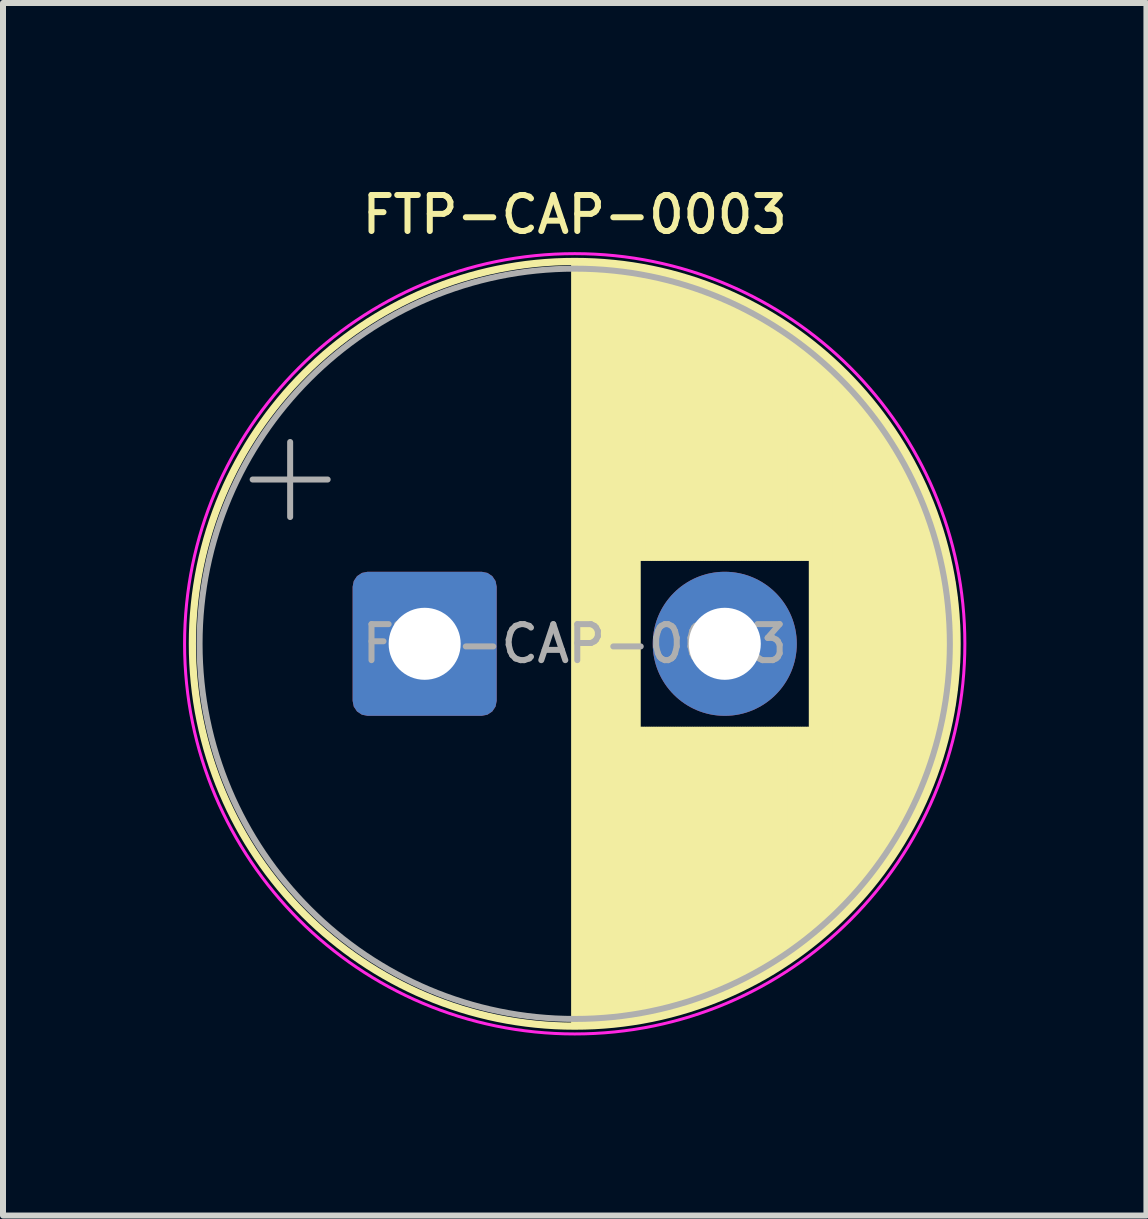
<source format=kicad_pcb>
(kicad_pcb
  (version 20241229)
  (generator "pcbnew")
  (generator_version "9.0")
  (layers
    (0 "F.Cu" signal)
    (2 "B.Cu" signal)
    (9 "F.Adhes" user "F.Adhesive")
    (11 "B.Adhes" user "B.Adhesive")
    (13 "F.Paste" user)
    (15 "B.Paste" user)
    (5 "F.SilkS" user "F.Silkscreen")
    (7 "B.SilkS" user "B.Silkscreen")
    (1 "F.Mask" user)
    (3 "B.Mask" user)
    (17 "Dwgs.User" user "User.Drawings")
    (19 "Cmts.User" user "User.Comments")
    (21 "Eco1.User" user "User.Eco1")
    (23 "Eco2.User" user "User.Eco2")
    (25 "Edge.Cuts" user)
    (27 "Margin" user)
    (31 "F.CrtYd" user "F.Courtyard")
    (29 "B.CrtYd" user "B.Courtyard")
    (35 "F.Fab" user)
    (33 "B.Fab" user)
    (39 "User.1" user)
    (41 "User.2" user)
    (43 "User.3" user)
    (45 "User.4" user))
  (footprint "FTP-CAP-0003"
    (layer "F.Cu")
    (at 4.025 7.676)
    (property "Reference" "FTP-CAP-0003" (at 2.5 -7.15 0) (layer "F.SilkS") (effects (font (size 0.6 0.6) (thickness 0.1) (bold yes))))
    (attr through_hole)
    (fp_line (start 2.5 -6.33) (end 2.5 6.33) (stroke (width 0.12) (type solid)) (layer "F.SilkS"))
    (fp_line (start 2.54 -6.33) (end 2.54 6.33) (stroke (width 0.12) (type solid)) (layer "F.SilkS"))
    (fp_line (start 2.58 -6.329) (end 2.58 6.329) (stroke (width 0.12) (type solid)) (layer "F.SilkS"))
    (fp_line (start 2.62 -6.329) (end 2.62 6.329) (stroke (width 0.12) (type solid)) (layer "F.SilkS"))
    (fp_line (start 2.66 -6.328) (end 2.66 6.328) (stroke (width 0.12) (type solid)) (layer "F.SilkS"))
    (fp_line (start 2.7 -6.327) (end 2.7 6.327) (stroke (width 0.12) (type solid)) (layer "F.SilkS"))
    (fp_line (start 2.74 -6.325) (end 2.74 6.325) (stroke (width 0.12) (type solid)) (layer "F.SilkS"))
    (fp_line (start 2.78 -6.324) (end 2.78 6.324) (stroke (width 0.12) (type solid)) (layer "F.SilkS"))
    (fp_line (start 2.82 -6.322) (end 2.82 6.322) (stroke (width 0.12) (type solid)) (layer "F.SilkS"))
    (fp_line (start 2.86 -6.32) (end 2.86 6.32) (stroke (width 0.12) (type solid)) (layer "F.SilkS"))
    (fp_line (start 2.9 -6.317) (end 2.9 6.317) (stroke (width 0.12) (type solid)) (layer "F.SilkS"))
    (fp_line (start 2.94 -6.315) (end 2.94 6.315) (stroke (width 0.12) (type solid)) (layer "F.SilkS"))
    (fp_line (start 2.98 -6.312) (end 2.98 6.312) (stroke (width 0.12) (type solid)) (layer "F.SilkS"))
    (fp_line (start 3.02 -6.309) (end 3.02 6.309) (stroke (width 0.12) (type solid)) (layer "F.SilkS"))
    (fp_line (start 3.06 -6.305) (end 3.06 6.305) (stroke (width 0.12) (type solid)) (layer "F.SilkS"))
    (fp_line (start 3.1 -6.302) (end 3.1 6.302) (stroke (width 0.12) (type solid)) (layer "F.SilkS"))
    (fp_line (start 3.14 -6.298) (end 3.14 6.298) (stroke (width 0.12) (type solid)) (layer "F.SilkS"))
    (fp_line (start 3.18 -6.294) (end 3.18 6.294) (stroke (width 0.12) (type solid)) (layer "F.SilkS"))
    (fp_line (start 3.22 -6.289) (end 3.22 6.289) (stroke (width 0.12) (type solid)) (layer "F.SilkS"))
    (fp_line (start 3.26 -6.284) (end 3.26 6.284) (stroke (width 0.12) (type solid)) (layer "F.SilkS"))
    (fp_line (start 3.3 -6.28) (end 3.3 6.28) (stroke (width 0.12) (type solid)) (layer "F.SilkS"))
    (fp_line (start 3.34 -6.274) (end 3.34 6.274) (stroke (width 0.12) (type solid)) (layer "F.SilkS"))
    (fp_line (start 3.38 -6.269) (end 3.38 6.269) (stroke (width 0.12) (type solid)) (layer "F.SilkS"))
    (fp_line (start 3.42 -6.263) (end 3.42 6.263) (stroke (width 0.12) (type solid)) (layer "F.SilkS"))
    (fp_line (start 3.46 -6.257) (end 3.46 6.257) (stroke (width 0.12) (type solid)) (layer "F.SilkS"))
    (fp_line (start 3.5 -6.251) (end 3.5 6.251) (stroke (width 0.12) (type solid)) (layer "F.SilkS"))
    (fp_line (start 3.54 -6.245) (end 3.54 6.245) (stroke (width 0.12) (type solid)) (layer "F.SilkS"))
    (fp_line (start 3.58 -6.238) (end 3.58 -1.44) (stroke (width 0.12) (type solid)) (layer "F.SilkS"))
    (fp_line (start 3.58 1.44) (end 3.58 6.238) (stroke (width 0.12) (type solid)) (layer "F.SilkS"))
    (fp_line (start 3.62 -6.231) (end 3.62 -1.44) (stroke (width 0.12) (type solid)) (layer "F.SilkS"))
    (fp_line (start 3.62 1.44) (end 3.62 6.231) (stroke (width 0.12) (type solid)) (layer "F.SilkS"))
    (fp_line (start 3.66 -6.223) (end 3.66 -1.44) (stroke (width 0.12) (type solid)) (layer "F.SilkS"))
    (fp_line (start 3.66 1.44) (end 3.66 6.223) (stroke (width 0.12) (type solid)) (layer "F.SilkS"))
    (fp_line (start 3.7 -6.216) (end 3.7 -1.44) (stroke (width 0.12) (type solid)) (layer "F.SilkS"))
    (fp_line (start 3.7 1.44) (end 3.7 6.216) (stroke (width 0.12) (type solid)) (layer "F.SilkS"))
    (fp_line (start 3.74 -6.208) (end 3.74 -1.44) (stroke (width 0.12) (type solid)) (layer "F.SilkS"))
    (fp_line (start 3.74 1.44) (end 3.74 6.208) (stroke (width 0.12) (type solid)) (layer "F.SilkS"))
    (fp_line (start 3.78 -6.2) (end 3.78 -1.44) (stroke (width 0.12) (type solid)) (layer "F.SilkS"))
    (fp_line (start 3.78 1.44) (end 3.78 6.2) (stroke (width 0.12) (type solid)) (layer "F.SilkS"))
    (fp_line (start 3.82 -6.192) (end 3.82 -1.44) (stroke (width 0.12) (type solid)) (layer "F.SilkS"))
    (fp_line (start 3.82 1.44) (end 3.82 6.192) (stroke (width 0.12) (type solid)) (layer "F.SilkS"))
    (fp_line (start 3.86 -6.183) (end 3.86 -1.44) (stroke (width 0.12) (type solid)) (layer "F.SilkS"))
    (fp_line (start 3.86 1.44) (end 3.86 6.183) (stroke (width 0.12) (type solid)) (layer "F.SilkS"))
    (fp_line (start 3.9 -6.174) (end 3.9 -1.44) (stroke (width 0.12) (type solid)) (layer "F.SilkS"))
    (fp_line (start 3.9 1.44) (end 3.9 6.174) (stroke (width 0.12) (type solid)) (layer "F.SilkS"))
    (fp_line (start 3.94 -6.165) (end 3.94 -1.44) (stroke (width 0.12) (type solid)) (layer "F.SilkS"))
    (fp_line (start 3.94 1.44) (end 3.94 6.165) (stroke (width 0.12) (type solid)) (layer "F.SilkS"))
    (fp_line (start 3.98 -6.156) (end 3.98 -1.44) (stroke (width 0.12) (type solid)) (layer "F.SilkS"))
    (fp_line (start 3.98 1.44) (end 3.98 6.156) (stroke (width 0.12) (type solid)) (layer "F.SilkS"))
    (fp_line (start 4.02 -6.146) (end 4.02 -1.44) (stroke (width 0.12) (type solid)) (layer "F.SilkS"))
    (fp_line (start 4.02 1.44) (end 4.02 6.146) (stroke (width 0.12) (type solid)) (layer "F.SilkS"))
    (fp_line (start 4.06 -6.136) (end 4.06 -1.44) (stroke (width 0.12) (type solid)) (layer "F.SilkS"))
    (fp_line (start 4.06 1.44) (end 4.06 6.136) (stroke (width 0.12) (type solid)) (layer "F.SilkS"))
    (fp_line (start 4.1 -6.126) (end 4.1 -1.44) (stroke (width 0.12) (type solid)) (layer "F.SilkS"))
    (fp_line (start 4.1 1.44) (end 4.1 6.126) (stroke (width 0.12) (type solid)) (layer "F.SilkS"))
    (fp_line (start 4.14 -6.115) (end 4.14 -1.44) (stroke (width 0.12) (type solid)) (layer "F.SilkS"))
    (fp_line (start 4.14 1.44) (end 4.14 6.115) (stroke (width 0.12) (type solid)) (layer "F.SilkS"))
    (fp_line (start 4.18 -6.104) (end 4.18 -1.44) (stroke (width 0.12) (type solid)) (layer "F.SilkS"))
    (fp_line (start 4.18 1.44) (end 4.18 6.104) (stroke (width 0.12) (type solid)) (layer "F.SilkS"))
    (fp_line (start 4.22 -6.093) (end 4.22 -1.44) (stroke (width 0.12) (type solid)) (layer "F.SilkS"))
    (fp_line (start 4.22 1.44) (end 4.22 6.093) (stroke (width 0.12) (type solid)) (layer "F.SilkS"))
    (fp_line (start 4.26 -6.082) (end 4.26 -1.44) (stroke (width 0.12) (type solid)) (layer "F.SilkS"))
    (fp_line (start 4.26 1.44) (end 4.26 6.082) (stroke (width 0.12) (type solid)) (layer "F.SilkS"))
    (fp_line (start 4.3 -6.07) (end 4.3 -1.44) (stroke (width 0.12) (type solid)) (layer "F.SilkS"))
    (fp_line (start 4.3 1.44) (end 4.3 6.07) (stroke (width 0.12) (type solid)) (layer "F.SilkS"))
    (fp_line (start 4.34 -6.058) (end 4.34 -1.44) (stroke (width 0.12) (type solid)) (layer "F.SilkS"))
    (fp_line (start 4.34 1.44) (end 4.34 6.058) (stroke (width 0.12) (type solid)) (layer "F.SilkS"))
    (fp_line (start 4.38 -6.046) (end 4.38 -1.44) (stroke (width 0.12) (type solid)) (layer "F.SilkS"))
    (fp_line (start 4.38 1.44) (end 4.38 6.046) (stroke (width 0.12) (type solid)) (layer "F.SilkS"))
    (fp_line (start 4.42 -6.034) (end 4.42 -1.44) (stroke (width 0.12) (type solid)) (layer "F.SilkS"))
    (fp_line (start 4.42 1.44) (end 4.42 6.034) (stroke (width 0.12) (type solid)) (layer "F.SilkS"))
    (fp_line (start 4.46 -6.021) (end 4.46 -1.44) (stroke (width 0.12) (type solid)) (layer "F.SilkS"))
    (fp_line (start 4.46 1.44) (end 4.46 6.021) (stroke (width 0.12) (type solid)) (layer "F.SilkS"))
    (fp_line (start 4.5 -6.008) (end 4.5 -1.44) (stroke (width 0.12) (type solid)) (layer "F.SilkS"))
    (fp_line (start 4.5 1.44) (end 4.5 6.008) (stroke (width 0.12) (type solid)) (layer "F.SilkS"))
    (fp_line (start 4.54 -5.995) (end 4.54 -1.44) (stroke (width 0.12) (type solid)) (layer "F.SilkS"))
    (fp_line (start 4.54 1.44) (end 4.54 5.995) (stroke (width 0.12) (type solid)) (layer "F.SilkS"))
    (fp_line (start 4.58 -5.981) (end 4.58 -1.44) (stroke (width 0.12) (type solid)) (layer "F.SilkS"))
    (fp_line (start 4.58 1.44) (end 4.58 5.981) (stroke (width 0.12) (type solid)) (layer "F.SilkS"))
    (fp_line (start 4.62 -5.967) (end 4.62 -1.44) (stroke (width 0.12) (type solid)) (layer "F.SilkS"))
    (fp_line (start 4.62 1.44) (end 4.62 5.967) (stroke (width 0.12) (type solid)) (layer "F.SilkS"))
    (fp_line (start 4.66 -5.953) (end 4.66 -1.44) (stroke (width 0.12) (type solid)) (layer "F.SilkS"))
    (fp_line (start 4.66 1.44) (end 4.66 5.953) (stroke (width 0.12) (type solid)) (layer "F.SilkS"))
    (fp_line (start 4.7 -5.938) (end 4.7 -1.44) (stroke (width 0.12) (type solid)) (layer "F.SilkS"))
    (fp_line (start 4.7 1.44) (end 4.7 5.938) (stroke (width 0.12) (type solid)) (layer "F.SilkS"))
    (fp_line (start 4.74 -5.923) (end 4.74 -1.44) (stroke (width 0.12) (type solid)) (layer "F.SilkS"))
    (fp_line (start 4.74 1.44) (end 4.74 5.923) (stroke (width 0.12) (type solid)) (layer "F.SilkS"))
    (fp_line (start 4.78 -5.908) (end 4.78 -1.44) (stroke (width 0.12) (type solid)) (layer "F.SilkS"))
    (fp_line (start 4.78 1.44) (end 4.78 5.908) (stroke (width 0.12) (type solid)) (layer "F.SilkS"))
    (fp_line (start 4.82 -5.892) (end 4.82 -1.44) (stroke (width 0.12) (type solid)) (layer "F.SilkS"))
    (fp_line (start 4.82 1.44) (end 4.82 5.892) (stroke (width 0.12) (type solid)) (layer "F.SilkS"))
    (fp_line (start 4.86 -5.877) (end 4.86 -1.44) (stroke (width 0.12) (type solid)) (layer "F.SilkS"))
    (fp_line (start 4.86 1.44) (end 4.86 5.877) (stroke (width 0.12) (type solid)) (layer "F.SilkS"))
    (fp_line (start 4.9 -5.861) (end 4.9 -1.44) (stroke (width 0.12) (type solid)) (layer "F.SilkS"))
    (fp_line (start 4.9 1.44) (end 4.9 5.861) (stroke (width 0.12) (type solid)) (layer "F.SilkS"))
    (fp_line (start 4.94 -5.844) (end 4.94 -1.44) (stroke (width 0.12) (type solid)) (layer "F.SilkS"))
    (fp_line (start 4.94 1.44) (end 4.94 5.844) (stroke (width 0.12) (type solid)) (layer "F.SilkS"))
    (fp_line (start 4.98 -5.827) (end 4.98 -1.44) (stroke (width 0.12) (type solid)) (layer "F.SilkS"))
    (fp_line (start 4.98 1.44) (end 4.98 5.827) (stroke (width 0.12) (type solid)) (layer "F.SilkS"))
    (fp_line (start 5.02 -5.81) (end 5.02 -1.44) (stroke (width 0.12) (type solid)) (layer "F.SilkS"))
    (fp_line (start 5.02 1.44) (end 5.02 5.81) (stroke (width 0.12) (type solid)) (layer "F.SilkS"))
    (fp_line (start 5.06 -5.793) (end 5.06 -1.44) (stroke (width 0.12) (type solid)) (layer "F.SilkS"))
    (fp_line (start 5.06 1.44) (end 5.06 5.793) (stroke (width 0.12) (type solid)) (layer "F.SilkS"))
    (fp_line (start 5.1 -5.775) (end 5.1 -1.44) (stroke (width 0.12) (type solid)) (layer "F.SilkS"))
    (fp_line (start 5.1 1.44) (end 5.1 5.775) (stroke (width 0.12) (type solid)) (layer "F.SilkS"))
    (fp_line (start 5.14 -5.757) (end 5.14 -1.44) (stroke (width 0.12) (type solid)) (layer "F.SilkS"))
    (fp_line (start 5.14 1.44) (end 5.14 5.757) (stroke (width 0.12) (type solid)) (layer "F.SilkS"))
    (fp_line (start 5.18 -5.739) (end 5.18 -1.44) (stroke (width 0.12) (type solid)) (layer "F.SilkS"))
    (fp_line (start 5.18 1.44) (end 5.18 5.739) (stroke (width 0.12) (type solid)) (layer "F.SilkS"))
    (fp_line (start 5.22 -5.72) (end 5.22 -1.44) (stroke (width 0.12) (type solid)) (layer "F.SilkS"))
    (fp_line (start 5.22 1.44) (end 5.22 5.72) (stroke (width 0.12) (type solid)) (layer "F.SilkS"))
    (fp_line (start 5.26 -5.701) (end 5.26 -1.44) (stroke (width 0.12) (type solid)) (layer "F.SilkS"))
    (fp_line (start 5.26 1.44) (end 5.26 5.701) (stroke (width 0.12) (type solid)) (layer "F.SilkS"))
    (fp_line (start 5.3 -5.682) (end 5.3 -1.44) (stroke (width 0.12) (type solid)) (layer "F.SilkS"))
    (fp_line (start 5.3 1.44) (end 5.3 5.682) (stroke (width 0.12) (type solid)) (layer "F.SilkS"))
    (fp_line (start 5.34 -5.662) (end 5.34 -1.44) (stroke (width 0.12) (type solid)) (layer "F.SilkS"))
    (fp_line (start 5.34 1.44) (end 5.34 5.662) (stroke (width 0.12) (type solid)) (layer "F.SilkS"))
    (fp_line (start 5.38 -5.642) (end 5.38 -1.44) (stroke (width 0.12) (type solid)) (layer "F.SilkS"))
    (fp_line (start 5.38 1.44) (end 5.38 5.642) (stroke (width 0.12) (type solid)) (layer "F.SilkS"))
    (fp_line (start 5.42 -5.621) (end 5.42 -1.44) (stroke (width 0.12) (type solid)) (layer "F.SilkS"))
    (fp_line (start 5.42 1.44) (end 5.42 5.621) (stroke (width 0.12) (type solid)) (layer "F.SilkS"))
    (fp_line (start 5.46 -5.601) (end 5.46 -1.44) (stroke (width 0.12) (type solid)) (layer "F.SilkS"))
    (fp_line (start 5.46 1.44) (end 5.46 5.601) (stroke (width 0.12) (type solid)) (layer "F.SilkS"))
    (fp_line (start 5.5 -5.579) (end 5.5 -1.44) (stroke (width 0.12) (type solid)) (layer "F.SilkS"))
    (fp_line (start 5.5 1.44) (end 5.5 5.579) (stroke (width 0.12) (type solid)) (layer "F.SilkS"))
    (fp_line (start 5.54 -5.558) (end 5.54 -1.44) (stroke (width 0.12) (type solid)) (layer "F.SilkS"))
    (fp_line (start 5.54 1.44) (end 5.54 5.558) (stroke (width 0.12) (type solid)) (layer "F.SilkS"))
    (fp_line (start 5.58 -5.536) (end 5.58 -1.44) (stroke (width 0.12) (type solid)) (layer "F.SilkS"))
    (fp_line (start 5.58 1.44) (end 5.58 5.536) (stroke (width 0.12) (type solid)) (layer "F.SilkS"))
    (fp_line (start 5.62 -5.514) (end 5.62 -1.44) (stroke (width 0.12) (type solid)) (layer "F.SilkS"))
    (fp_line (start 5.62 1.44) (end 5.62 5.514) (stroke (width 0.12) (type solid)) (layer "F.SilkS"))
    (fp_line (start 5.66 -5.491) (end 5.66 -1.44) (stroke (width 0.12) (type solid)) (layer "F.SilkS"))
    (fp_line (start 5.66 1.44) (end 5.66 5.491) (stroke (width 0.12) (type solid)) (layer "F.SilkS"))
    (fp_line (start 5.7 -5.468) (end 5.7 -1.44) (stroke (width 0.12) (type solid)) (layer "F.SilkS"))
    (fp_line (start 5.7 1.44) (end 5.7 5.468) (stroke (width 0.12) (type solid)) (layer "F.SilkS"))
    (fp_line (start 5.74 -5.444) (end 5.74 -1.44) (stroke (width 0.12) (type solid)) (layer "F.SilkS"))
    (fp_line (start 5.74 1.44) (end 5.74 5.444) (stroke (width 0.12) (type solid)) (layer "F.SilkS"))
    (fp_line (start 5.78 -5.421) (end 5.78 -1.44) (stroke (width 0.12) (type solid)) (layer "F.SilkS"))
    (fp_line (start 5.78 1.44) (end 5.78 5.421) (stroke (width 0.12) (type solid)) (layer "F.SilkS"))
    (fp_line (start 5.82 -5.396) (end 5.82 -1.44) (stroke (width 0.12) (type solid)) (layer "F.SilkS"))
    (fp_line (start 5.82 1.44) (end 5.82 5.396) (stroke (width 0.12) (type solid)) (layer "F.SilkS"))
    (fp_line (start 5.86 -5.372) (end 5.86 -1.44) (stroke (width 0.12) (type solid)) (layer "F.SilkS"))
    (fp_line (start 5.86 1.44) (end 5.86 5.372) (stroke (width 0.12) (type solid)) (layer "F.SilkS"))
    (fp_line (start 5.9 -5.347) (end 5.9 -1.44) (stroke (width 0.12) (type solid)) (layer "F.SilkS"))
    (fp_line (start 5.9 1.44) (end 5.9 5.347) (stroke (width 0.12) (type solid)) (layer "F.SilkS"))
    (fp_line (start 5.94 -5.321) (end 5.94 -1.44) (stroke (width 0.12) (type solid)) (layer "F.SilkS"))
    (fp_line (start 5.94 1.44) (end 5.94 5.321) (stroke (width 0.12) (type solid)) (layer "F.SilkS"))
    (fp_line (start 5.98 -5.295) (end 5.98 -1.44) (stroke (width 0.12) (type solid)) (layer "F.SilkS"))
    (fp_line (start 5.98 1.44) (end 5.98 5.295) (stroke (width 0.12) (type solid)) (layer "F.SilkS"))
    (fp_line (start 6.02 -5.269) (end 6.02 -1.44) (stroke (width 0.12) (type solid)) (layer "F.SilkS"))
    (fp_line (start 6.02 1.44) (end 6.02 5.269) (stroke (width 0.12) (type solid)) (layer "F.SilkS"))
    (fp_line (start 6.06 -5.242) (end 6.06 -1.44) (stroke (width 0.12) (type solid)) (layer "F.SilkS"))
    (fp_line (start 6.06 1.44) (end 6.06 5.242) (stroke (width 0.12) (type solid)) (layer "F.SilkS"))
    (fp_line (start 6.1 -5.215) (end 6.1 -1.44) (stroke (width 0.12) (type solid)) (layer "F.SilkS"))
    (fp_line (start 6.1 1.44) (end 6.1 5.215) (stroke (width 0.12) (type solid)) (layer "F.SilkS"))
    (fp_line (start 6.14 -5.188) (end 6.14 -1.44) (stroke (width 0.12) (type solid)) (layer "F.SilkS"))
    (fp_line (start 6.14 1.44) (end 6.14 5.188) (stroke (width 0.12) (type solid)) (layer "F.SilkS"))
    (fp_line (start 6.18 -5.159) (end 6.18 -1.44) (stroke (width 0.12) (type solid)) (layer "F.SilkS"))
    (fp_line (start 6.18 1.44) (end 6.18 5.159) (stroke (width 0.12) (type solid)) (layer "F.SilkS"))
    (fp_line (start 6.22 -5.131) (end 6.22 -1.44) (stroke (width 0.12) (type solid)) (layer "F.SilkS"))
    (fp_line (start 6.22 1.44) (end 6.22 5.131) (stroke (width 0.12) (type solid)) (layer "F.SilkS"))
    (fp_line (start 6.26 -5.102) (end 6.26 -1.44) (stroke (width 0.12) (type solid)) (layer "F.SilkS"))
    (fp_line (start 6.26 1.44) (end 6.26 5.102) (stroke (width 0.12) (type solid)) (layer "F.SilkS"))
    (fp_line (start 6.3 -5.072) (end 6.3 -1.44) (stroke (width 0.12) (type solid)) (layer "F.SilkS"))
    (fp_line (start 6.3 1.44) (end 6.3 5.072) (stroke (width 0.12) (type solid)) (layer "F.SilkS"))
    (fp_line (start 6.34 -5.042) (end 6.34 -1.44) (stroke (width 0.12) (type solid)) (layer "F.SilkS"))
    (fp_line (start 6.34 1.44) (end 6.34 5.042) (stroke (width 0.12) (type solid)) (layer "F.SilkS"))
    (fp_line (start 6.38 -5.012) (end 6.38 -1.44) (stroke (width 0.12) (type solid)) (layer "F.SilkS"))
    (fp_line (start 6.38 1.44) (end 6.38 5.012) (stroke (width 0.12) (type solid)) (layer "F.SilkS"))
    (fp_line (start 6.42 -4.981) (end 6.42 -1.44) (stroke (width 0.12) (type solid)) (layer "F.SilkS"))
    (fp_line (start 6.42 1.44) (end 6.42 4.981) (stroke (width 0.12) (type solid)) (layer "F.SilkS"))
    (fp_line (start 6.46 -4.95) (end 6.46 4.95) (stroke (width 0.12) (type solid)) (layer "F.SilkS"))
    (fp_line (start 6.5 -4.918) (end 6.5 4.918) (stroke (width 0.12) (type solid)) (layer "F.SilkS"))
    (fp_line (start 6.54 -4.885) (end 6.54 4.885) (stroke (width 0.12) (type solid)) (layer "F.SilkS"))
    (fp_line (start 6.58 -4.852) (end 6.58 4.852) (stroke (width 0.12) (type solid)) (layer "F.SilkS"))
    (fp_line (start 6.62 -4.818) (end 6.62 4.818) (stroke (width 0.12) (type solid)) (layer "F.SilkS"))
    (fp_line (start 6.66 -4.784) (end 6.66 4.784) (stroke (width 0.12) (type solid)) (layer "F.SilkS"))
    (fp_line (start 6.7 -4.749) (end 6.7 4.749) (stroke (width 0.12) (type solid)) (layer "F.SilkS"))
    (fp_line (start 6.74 -4.714) (end 6.74 4.714) (stroke (width 0.12) (type solid)) (layer "F.SilkS"))
    (fp_line (start 6.78 -4.678) (end 6.78 4.678) (stroke (width 0.12) (type solid)) (layer "F.SilkS"))
    (fp_line (start 6.82 -4.641) (end 6.82 4.641) (stroke (width 0.12) (type solid)) (layer "F.SilkS"))
    (fp_line (start 6.86 -4.604) (end 6.86 4.604) (stroke (width 0.12) (type solid)) (layer "F.SilkS"))
    (fp_line (start 6.9 -4.566) (end 6.9 4.566) (stroke (width 0.12) (type solid)) (layer "F.SilkS"))
    (fp_line (start 6.94 -4.528) (end 6.94 4.528) (stroke (width 0.12) (type solid)) (layer "F.SilkS"))
    (fp_line (start 6.98 -4.488) (end 6.98 4.488) (stroke (width 0.12) (type solid)) (layer "F.SilkS"))
    (fp_line (start 7.02 -4.448) (end 7.02 4.448) (stroke (width 0.12) (type solid)) (layer "F.SilkS"))
    (fp_line (start 7.06 -4.408) (end 7.06 4.408) (stroke (width 0.12) (type solid)) (layer "F.SilkS"))
    (fp_line (start 7.1 -4.366) (end 7.1 4.366) (stroke (width 0.12) (type solid)) (layer "F.SilkS"))
    (fp_line (start 7.14 -4.324) (end 7.14 4.324) (stroke (width 0.12) (type solid)) (layer "F.SilkS"))
    (fp_line (start 7.18 -4.281) (end 7.18 4.281) (stroke (width 0.12) (type solid)) (layer "F.SilkS"))
    (fp_line (start 7.22 -4.238) (end 7.22 4.238) (stroke (width 0.12) (type solid)) (layer "F.SilkS"))
    (fp_line (start 7.26 -4.193) (end 7.26 4.193) (stroke (width 0.12) (type solid)) (layer "F.SilkS"))
    (fp_line (start 7.3 -4.148) (end 7.3 4.148) (stroke (width 0.12) (type solid)) (layer "F.SilkS"))
    (fp_line (start 7.34 -4.101) (end 7.34 4.101) (stroke (width 0.12) (type solid)) (layer "F.SilkS"))
    (fp_line (start 7.38 -4.054) (end 7.38 4.054) (stroke (width 0.12) (type solid)) (layer "F.SilkS"))
    (fp_line (start 7.42 -4.006) (end 7.42 4.006) (stroke (width 0.12) (type solid)) (layer "F.SilkS"))
    (fp_line (start 7.46 -3.957) (end 7.46 3.957) (stroke (width 0.12) (type solid)) (layer "F.SilkS"))
    (fp_line (start 7.5 -3.907) (end 7.5 3.907) (stroke (width 0.12) (type solid)) (layer "F.SilkS"))
    (fp_line (start 7.54 -3.856) (end 7.54 3.856) (stroke (width 0.12) (type solid)) (layer "F.SilkS"))
    (fp_line (start 7.58 -3.803) (end 7.58 3.803) (stroke (width 0.12) (type solid)) (layer "F.SilkS"))
    (fp_line (start 7.62 -3.75) (end 7.62 3.75) (stroke (width 0.12) (type solid)) (layer "F.SilkS"))
    (fp_line (start 7.66 -3.695) (end 7.66 3.695) (stroke (width 0.12) (type solid)) (layer "F.SilkS"))
    (fp_line (start 7.7 -3.639) (end 7.7 3.639) (stroke (width 0.12) (type solid)) (layer "F.SilkS"))
    (fp_line (start 7.74 -3.582) (end 7.74 3.582) (stroke (width 0.12) (type solid)) (layer "F.SilkS"))
    (fp_line (start 7.78 -3.523) (end 7.78 3.523) (stroke (width 0.12) (type solid)) (layer "F.SilkS"))
    (fp_line (start 7.82 -3.463) (end 7.82 3.463) (stroke (width 0.12) (type solid)) (layer "F.SilkS"))
    (fp_line (start 7.86 -3.402) (end 7.86 3.402) (stroke (width 0.12) (type solid)) (layer "F.SilkS"))
    (fp_line (start 7.9 -3.339) (end 7.9 3.339) (stroke (width 0.12) (type solid)) (layer "F.SilkS"))
    (fp_line (start 7.94 -3.274) (end 7.94 3.274) (stroke (width 0.12) (type solid)) (layer "F.SilkS"))
    (fp_line (start 7.98 -3.208) (end 7.98 3.208) (stroke (width 0.12) (type solid)) (layer "F.SilkS"))
    (fp_line (start 8.02 -3.139) (end 8.02 3.139) (stroke (width 0.12) (type solid)) (layer "F.SilkS"))
    (fp_line (start 8.06 -3.069) (end 8.06 3.069) (stroke (width 0.12) (type solid)) (layer "F.SilkS"))
    (fp_line (start 8.1 -2.996) (end 8.1 2.996) (stroke (width 0.12) (type solid)) (layer "F.SilkS"))
    (fp_line (start 8.14 -2.921) (end 8.14 2.921) (stroke (width 0.12) (type solid)) (layer "F.SilkS"))
    (fp_line (start 8.18 -2.843) (end 8.18 2.843) (stroke (width 0.12) (type solid)) (layer "F.SilkS"))
    (fp_line (start 8.22 -2.763) (end 8.22 2.763) (stroke (width 0.12) (type solid)) (layer "F.SilkS"))
    (fp_line (start 8.26 -2.68) (end 8.26 2.68) (stroke (width 0.12) (type solid)) (layer "F.SilkS"))
    (fp_line (start 8.3 -2.594) (end 8.3 2.594) (stroke (width 0.12) (type solid)) (layer "F.SilkS"))
    (fp_line (start 8.34 -2.504) (end 8.34 2.504) (stroke (width 0.12) (type solid)) (layer "F.SilkS"))
    (fp_line (start 8.38 -2.41) (end 8.38 2.41) (stroke (width 0.12) (type solid)) (layer "F.SilkS"))
    (fp_line (start 8.42 -2.312) (end 8.42 2.312) (stroke (width 0.12) (type solid)) (layer "F.SilkS"))
    (fp_line (start 8.46 -2.208) (end 8.46 2.208) (stroke (width 0.12) (type solid)) (layer "F.SilkS"))
    (fp_line (start 8.5 -2.099) (end 8.5 2.099) (stroke (width 0.12) (type solid)) (layer "F.SilkS"))
    (fp_line (start 8.54 -1.984) (end 8.54 1.984) (stroke (width 0.12) (type solid)) (layer "F.SilkS"))
    (fp_line (start 8.58 -1.86) (end 8.58 1.86) (stroke (width 0.12) (type solid)) (layer "F.SilkS"))
    (fp_line (start 8.62 -1.727) (end 8.62 1.727) (stroke (width 0.12) (type solid)) (layer "F.SilkS"))
    (fp_line (start 8.66 -1.582) (end 8.66 1.582) (stroke (width 0.12) (type solid)) (layer "F.SilkS"))
    (fp_line (start 8.7 -1.422) (end 8.7 1.422) (stroke (width 0.12) (type solid)) (layer "F.SilkS"))
    (fp_line (start 8.74 -1.24) (end 8.74 1.24) (stroke (width 0.12) (type solid)) (layer "F.SilkS"))
    (fp_line (start 8.78 -1.027) (end 8.78 1.027) (stroke (width 0.12) (type solid)) (layer "F.SilkS"))
    (fp_line (start 8.82 -0.757) (end 8.82 0.757) (stroke (width 0.12) (type solid)) (layer "F.SilkS"))
    (fp_line (start 8.86 -0.317) (end 8.86 0.317) (stroke (width 0.12) (type solid)) (layer "F.SilkS"))
    (fp_circle (center 2.5 0) (end 8.87 0) (stroke (width 0.12) (type solid)) (fill no) (layer "F.SilkS"))
    (fp_circle (center 2.5 0) (end 9 0) (stroke (width 0.05) (type solid)) (fill no) (layer "F.CrtYd"))
    (fp_line (start -2.866 -2.737) (end -1.616 -2.737) (stroke (width 0.1) (type solid)) (layer "F.Fab"))
    (fp_line (start -2.241 -3.362) (end -2.241 -2.112) (stroke (width 0.1) (type solid)) (layer "F.Fab"))
    (fp_circle (center 2.5 0) (end 8.75 0) (stroke (width 0.1) (type solid)) (fill no) (layer "F.Fab"))
    (fp_text user "${REFERENCE}" (at 2.5 0 0) (layer "F.Fab") (effects (font (size 0.6 0.6) (thickness 0.1) (bold yes))))
    (pad "1" thru_hole roundrect (at 0 0) (size 2.4 2.4) (drill 1.2) (layers "*.Cu" "*.Mask") (roundrect_rratio 0.104))
    (pad "2" thru_hole circle (at 5 0) (size 2.4 2.4) (drill 1.2) (layers "*.Cu" "*.Mask")))
  (gr_rect
    (start -3 -3)
    (end 16.05 17.201)
    (stroke (width 0.1) (type default))
    (fill no)
    (layer "Edge.Cuts")))
</source>
